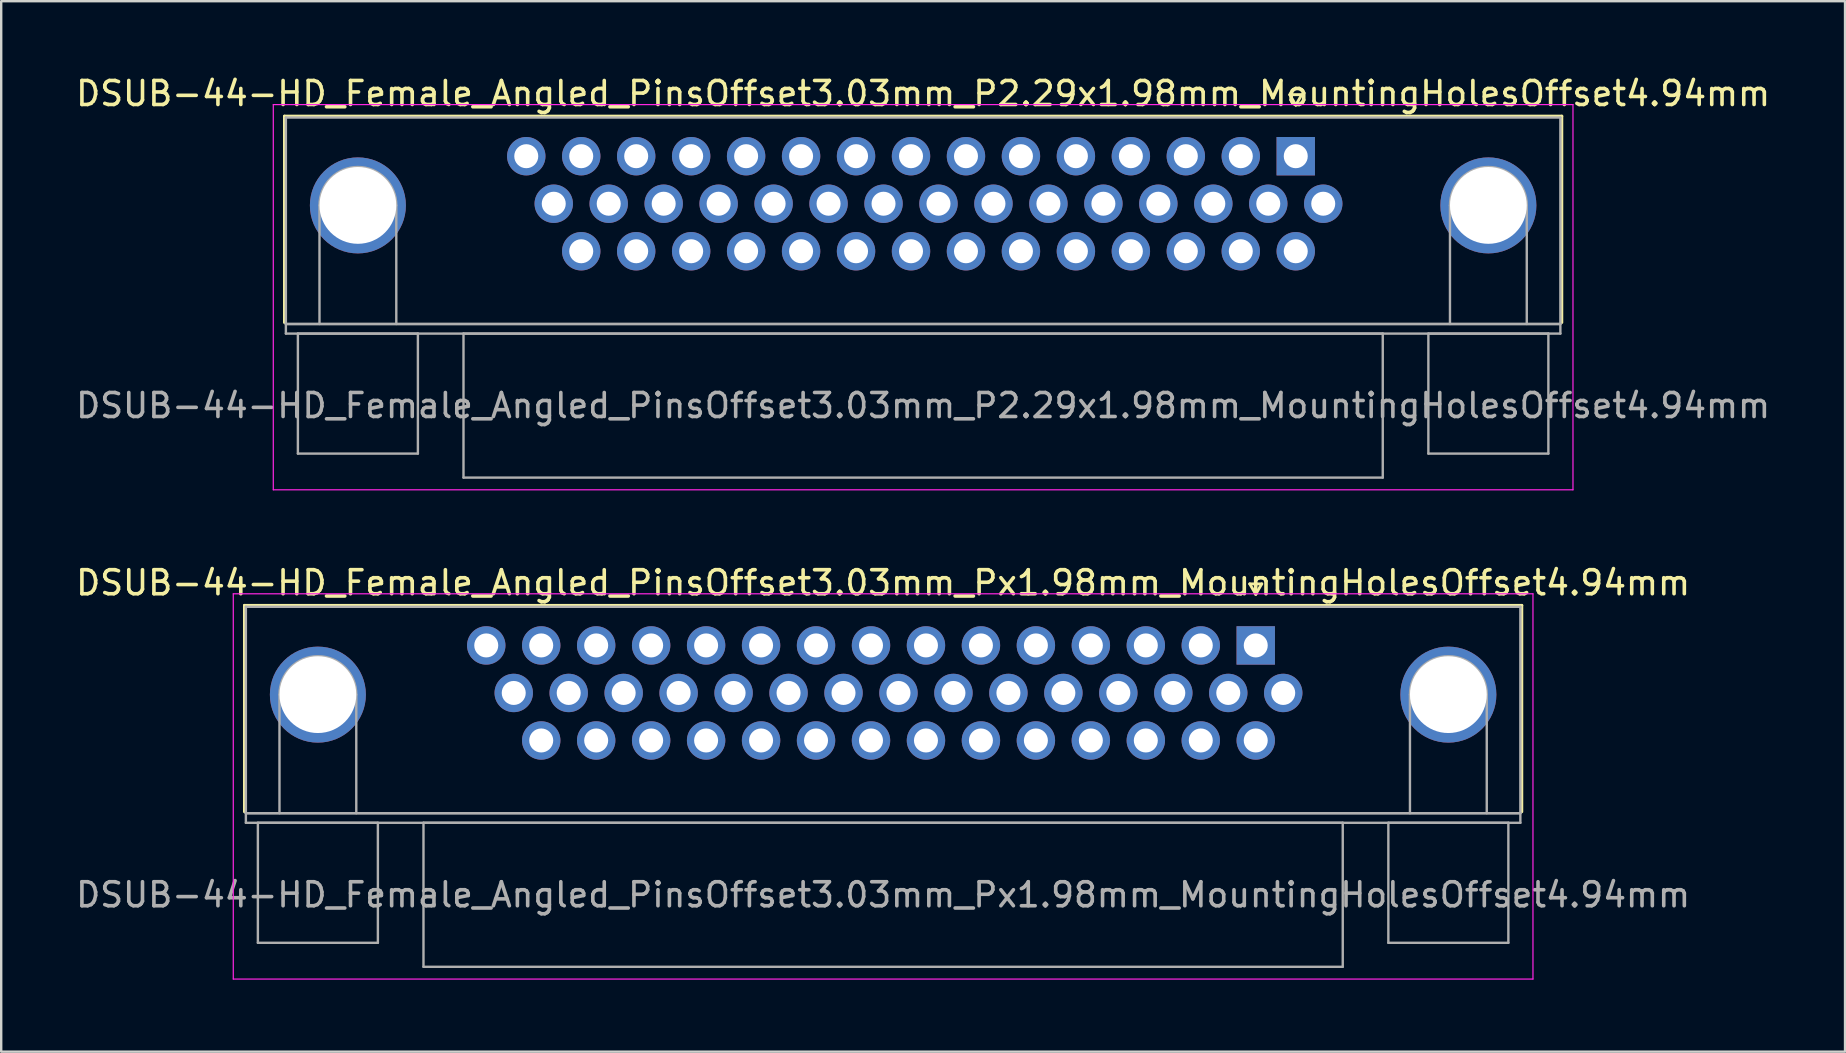
<source format=kicad_pcb>
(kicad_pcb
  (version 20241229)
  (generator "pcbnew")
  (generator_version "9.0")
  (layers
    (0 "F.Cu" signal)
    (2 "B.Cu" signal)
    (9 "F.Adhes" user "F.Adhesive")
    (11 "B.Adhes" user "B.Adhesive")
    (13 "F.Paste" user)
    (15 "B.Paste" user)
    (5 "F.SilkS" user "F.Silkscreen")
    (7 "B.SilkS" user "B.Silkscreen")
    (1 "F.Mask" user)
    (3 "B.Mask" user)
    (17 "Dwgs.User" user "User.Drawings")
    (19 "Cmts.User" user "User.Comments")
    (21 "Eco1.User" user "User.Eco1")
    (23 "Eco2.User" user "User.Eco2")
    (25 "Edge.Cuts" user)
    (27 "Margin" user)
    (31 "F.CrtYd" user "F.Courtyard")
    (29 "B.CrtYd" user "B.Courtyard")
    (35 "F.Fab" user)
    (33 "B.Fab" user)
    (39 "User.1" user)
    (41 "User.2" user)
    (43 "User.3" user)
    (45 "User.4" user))
  (footprint "DSUB-44-HD_Female_Angled_PinsOffset3.03mm_Px1.98mm_MountingHolesOffset4.94mm"
    (layer "F.Cu")
    (at 49.269 23.841)
    (property "Reference" "DSUB-44-HD_Female_Angled_PinsOffset3.03mm_Px1.98mm_MountingHolesOffset4.94mm" (at -15.525 -2.61 0) (layer "F.SilkS") (effects (font (size 1 1) (thickness 0.15))))
    (attr through_hole)
    (fp_line (start -42.135 -1.67) (end 11.085 -1.67) (stroke (width 0.12) (type solid)) (layer "F.SilkS"))
    (fp_line (start -42.135 6.93) (end -42.135 -1.67) (stroke (width 0.12) (type solid)) (layer "F.SilkS"))
    (fp_line (start -0.25 -2.564) (end 0.25 -2.564) (stroke (width 0.12) (type solid)) (layer "F.SilkS"))
    (fp_line (start 0 -2.131) (end -0.25 -2.564) (stroke (width 0.12) (type solid)) (layer "F.SilkS"))
    (fp_line (start 0.25 -2.564) (end 0 -2.131) (stroke (width 0.12) (type solid)) (layer "F.SilkS"))
    (fp_line (start 11.085 -1.67) (end 11.085 6.93) (stroke (width 0.12) (type solid)) (layer "F.SilkS"))
    (fp_line (start -42.6 -2.15) (end -42.6 13.9) (stroke (width 0.05) (type solid)) (layer "F.CrtYd"))
    (fp_line (start -42.6 13.9) (end 11.55 13.9) (stroke (width 0.05) (type solid)) (layer "F.CrtYd"))
    (fp_line (start 11.55 -2.15) (end -42.6 -2.15) (stroke (width 0.05) (type solid)) (layer "F.CrtYd"))
    (fp_line (start 11.55 13.9) (end 11.55 -2.15) (stroke (width 0.05) (type solid)) (layer "F.CrtYd"))
    (fp_line (start -42.075 -1.61) (end -42.075 6.99) (stroke (width 0.1) (type solid)) (layer "F.Fab"))
    (fp_line (start -42.075 6.99) (end -42.075 7.39) (stroke (width 0.1) (type solid)) (layer "F.Fab"))
    (fp_line (start -42.075 6.99) (end 11.025 6.99) (stroke (width 0.1) (type solid)) (layer "F.Fab"))
    (fp_line (start -42.075 7.39) (end 11.025 7.39) (stroke (width 0.1) (type solid)) (layer "F.Fab"))
    (fp_line (start -41.575 7.39) (end -41.575 12.39) (stroke (width 0.1) (type solid)) (layer "F.Fab"))
    (fp_line (start -41.575 12.39) (end -36.575 12.39) (stroke (width 0.1) (type solid)) (layer "F.Fab"))
    (fp_line (start -40.675 6.99) (end -40.675 2.05) (stroke (width 0.1) (type solid)) (layer "F.Fab"))
    (fp_line (start -37.475 6.99) (end -37.475 2.05) (stroke (width 0.1) (type solid)) (layer "F.Fab"))
    (fp_line (start -36.575 7.39) (end -41.575 7.39) (stroke (width 0.1) (type solid)) (layer "F.Fab"))
    (fp_line (start -36.575 12.39) (end -36.575 7.39) (stroke (width 0.1) (type solid)) (layer "F.Fab"))
    (fp_line (start -34.675 7.39) (end -34.675 13.39) (stroke (width 0.1) (type solid)) (layer "F.Fab"))
    (fp_line (start -34.675 13.39) (end 3.625 13.39) (stroke (width 0.1) (type solid)) (layer "F.Fab"))
    (fp_line (start 3.625 7.39) (end -34.675 7.39) (stroke (width 0.1) (type solid)) (layer "F.Fab"))
    (fp_line (start 3.625 13.39) (end 3.625 7.39) (stroke (width 0.1) (type solid)) (layer "F.Fab"))
    (fp_line (start 5.525 7.39) (end 5.525 12.39) (stroke (width 0.1) (type solid)) (layer "F.Fab"))
    (fp_line (start 5.525 12.39) (end 10.525 12.39) (stroke (width 0.1) (type solid)) (layer "F.Fab"))
    (fp_line (start 6.425 6.99) (end 6.425 2.05) (stroke (width 0.1) (type solid)) (layer "F.Fab"))
    (fp_line (start 9.625 6.99) (end 9.625 2.05) (stroke (width 0.1) (type solid)) (layer "F.Fab"))
    (fp_line (start 10.525 7.39) (end 5.525 7.39) (stroke (width 0.1) (type solid)) (layer "F.Fab"))
    (fp_line (start 10.525 12.39) (end 10.525 7.39) (stroke (width 0.1) (type solid)) (layer "F.Fab"))
    (fp_line (start 11.025 -1.61) (end -42.075 -1.61) (stroke (width 0.1) (type solid)) (layer "F.Fab"))
    (fp_line (start 11.025 6.99) (end -42.075 6.99) (stroke (width 0.1) (type solid)) (layer "F.Fab"))
    (fp_line (start 11.025 6.99) (end 11.025 -1.61) (stroke (width 0.1) (type solid)) (layer "F.Fab"))
    (fp_line (start 11.025 7.39) (end 11.025 6.99) (stroke (width 0.1) (type solid)) (layer "F.Fab"))
    (fp_arc (start -40.675 2.05) (mid -39.075 0.45) (end -37.475 2.05) (stroke (width 0.1) (type solid)) (layer "F.Fab"))
    (fp_arc (start 6.425 2.05) (mid 8.025 0.45) (end 9.625 2.05) (stroke (width 0.1) (type solid)) (layer "F.Fab"))
    (fp_text user "${REFERENCE}" (at -15.525 10.39 0) (layer "F.Fab") (effects (font (size 1 1) (thickness 0.15))))
    (pad "0" thru_hole circle (at -39.075 2.05) (size 4 4) (drill 3.2) (layers "*.Cu" "*.Mask"))
    (pad "0" thru_hole circle (at 8.025 2.05) (size 4 4) (drill 3.2) (layers "*.Cu" "*.Mask"))
    (pad "1" thru_hole rect (at 0 0) (size 1.6 1.6) (drill 1) (layers "*.Cu" "*.Mask"))
    (pad "2" thru_hole circle (at -2.29 0) (size 1.6 1.6) (drill 1) (layers "*.Cu" "*.Mask"))
    (pad "3" thru_hole circle (at -4.58 0) (size 1.6 1.6) (drill 1) (layers "*.Cu" "*.Mask"))
    (pad "4" thru_hole circle (at -6.87 0) (size 1.6 1.6) (drill 1) (layers "*.Cu" "*.Mask"))
    (pad "5" thru_hole circle (at -9.16 0) (size 1.6 1.6) (drill 1) (layers "*.Cu" "*.Mask"))
    (pad "6" thru_hole circle (at -11.45 0) (size 1.6 1.6) (drill 1) (layers "*.Cu" "*.Mask"))
    (pad "7" thru_hole circle (at -13.74 0) (size 1.6 1.6) (drill 1) (layers "*.Cu" "*.Mask"))
    (pad "8" thru_hole circle (at -16.03 0) (size 1.6 1.6) (drill 1) (layers "*.Cu" "*.Mask"))
    (pad "9" thru_hole circle (at -18.32 0) (size 1.6 1.6) (drill 1) (layers "*.Cu" "*.Mask"))
    (pad "10" thru_hole circle (at -20.61 0) (size 1.6 1.6) (drill 1) (layers "*.Cu" "*.Mask"))
    (pad "11" thru_hole circle (at -22.9 0) (size 1.6 1.6) (drill 1) (layers "*.Cu" "*.Mask"))
    (pad "12" thru_hole circle (at -25.19 0) (size 1.6 1.6) (drill 1) (layers "*.Cu" "*.Mask"))
    (pad "13" thru_hole circle (at -27.48 0) (size 1.6 1.6) (drill 1) (layers "*.Cu" "*.Mask"))
    (pad "14" thru_hole circle (at -29.77 0) (size 1.6 1.6) (drill 1) (layers "*.Cu" "*.Mask"))
    (pad "15" thru_hole circle (at -32.06 0) (size 1.6 1.6) (drill 1) (layers "*.Cu" "*.Mask"))
    (pad "16" thru_hole circle (at 1.145 1.98) (size 1.6 1.6) (drill 1) (layers "*.Cu" "*.Mask"))
    (pad "17" thru_hole circle (at -1.145 1.98) (size 1.6 1.6) (drill 1) (layers "*.Cu" "*.Mask"))
    (pad "18" thru_hole circle (at -3.435 1.98) (size 1.6 1.6) (drill 1) (layers "*.Cu" "*.Mask"))
    (pad "19" thru_hole circle (at -5.725 1.98) (size 1.6 1.6) (drill 1) (layers "*.Cu" "*.Mask"))
    (pad "20" thru_hole circle (at -8.015 1.98) (size 1.6 1.6) (drill 1) (layers "*.Cu" "*.Mask"))
    (pad "21" thru_hole circle (at -10.305 1.98) (size 1.6 1.6) (drill 1) (layers "*.Cu" "*.Mask"))
    (pad "22" thru_hole circle (at -12.595 1.98) (size 1.6 1.6) (drill 1) (layers "*.Cu" "*.Mask"))
    (pad "23" thru_hole circle (at -14.885 1.98) (size 1.6 1.6) (drill 1) (layers "*.Cu" "*.Mask"))
    (pad "24" thru_hole circle (at -17.175 1.98) (size 1.6 1.6) (drill 1) (layers "*.Cu" "*.Mask"))
    (pad "25" thru_hole circle (at -19.465 1.98) (size 1.6 1.6) (drill 1) (layers "*.Cu" "*.Mask"))
    (pad "26" thru_hole circle (at -21.755 1.98) (size 1.6 1.6) (drill 1) (layers "*.Cu" "*.Mask"))
    (pad "27" thru_hole circle (at -24.045 1.98) (size 1.6 1.6) (drill 1) (layers "*.Cu" "*.Mask"))
    (pad "28" thru_hole circle (at -26.335 1.98) (size 1.6 1.6) (drill 1) (layers "*.Cu" "*.Mask"))
    (pad "29" thru_hole circle (at -28.625 1.98) (size 1.6 1.6) (drill 1) (layers "*.Cu" "*.Mask"))
    (pad "30" thru_hole circle (at -30.915 1.98) (size 1.6 1.6) (drill 1) (layers "*.Cu" "*.Mask"))
    (pad "31" thru_hole circle (at 0 3.96) (size 1.6 1.6) (drill 1) (layers "*.Cu" "*.Mask"))
    (pad "32" thru_hole circle (at -2.29 3.96) (size 1.6 1.6) (drill 1) (layers "*.Cu" "*.Mask"))
    (pad "33" thru_hole circle (at -4.58 3.96) (size 1.6 1.6) (drill 1) (layers "*.Cu" "*.Mask"))
    (pad "34" thru_hole circle (at -6.87 3.96) (size 1.6 1.6) (drill 1) (layers "*.Cu" "*.Mask"))
    (pad "35" thru_hole circle (at -9.16 3.96) (size 1.6 1.6) (drill 1) (layers "*.Cu" "*.Mask"))
    (pad "36" thru_hole circle (at -11.45 3.96) (size 1.6 1.6) (drill 1) (layers "*.Cu" "*.Mask"))
    (pad "37" thru_hole circle (at -13.74 3.96) (size 1.6 1.6) (drill 1) (layers "*.Cu" "*.Mask"))
    (pad "38" thru_hole circle (at -16.03 3.96) (size 1.6 1.6) (drill 1) (layers "*.Cu" "*.Mask"))
    (pad "39" thru_hole circle (at -18.32 3.96) (size 1.6 1.6) (drill 1) (layers "*.Cu" "*.Mask"))
    (pad "40" thru_hole circle (at -20.61 3.96) (size 1.6 1.6) (drill 1) (layers "*.Cu" "*.Mask"))
    (pad "41" thru_hole circle (at -22.9 3.96) (size 1.6 1.6) (drill 1) (layers "*.Cu" "*.Mask"))
    (pad "42" thru_hole circle (at -25.19 3.96) (size 1.6 1.6) (drill 1) (layers "*.Cu" "*.Mask"))
    (pad "43" thru_hole circle (at -27.48 3.96) (size 1.6 1.6) (drill 1) (layers "*.Cu" "*.Mask"))
    (pad "44" thru_hole circle (at -29.77 3.96) (size 1.6 1.6) (drill 1) (layers "*.Cu" "*.Mask")))
  (footprint "DSUB-44-HD_Female_Angled_PinsOffset3.03mm_P2.29x1.98mm_MountingHolesOffset4.94mm"
    (layer "F.Cu")
    (at 50.936 3.458)
    (property "Reference" "DSUB-44-HD_Female_Angled_PinsOffset3.03mm_P2.29x1.98mm_MountingHolesOffset4.94mm" (at -15.525 -2.61 0) (layer "F.SilkS") (effects (font (size 1 1) (thickness 0.15))))
    (attr through_hole)
    (fp_line (start -42.135 -1.67) (end 11.085 -1.67) (stroke (width 0.12) (type solid)) (layer "F.SilkS"))
    (fp_line (start -42.135 6.93) (end -42.135 -1.67) (stroke (width 0.12) (type solid)) (layer "F.SilkS"))
    (fp_line (start -0.25 -2.564) (end 0.25 -2.564) (stroke (width 0.12) (type solid)) (layer "F.SilkS"))
    (fp_line (start 0 -2.131) (end -0.25 -2.564) (stroke (width 0.12) (type solid)) (layer "F.SilkS"))
    (fp_line (start 0.25 -2.564) (end 0 -2.131) (stroke (width 0.12) (type solid)) (layer "F.SilkS"))
    (fp_line (start 11.085 -1.67) (end 11.085 6.93) (stroke (width 0.12) (type solid)) (layer "F.SilkS"))
    (fp_line (start -42.6 -2.15) (end -42.6 13.9) (stroke (width 0.05) (type solid)) (layer "F.CrtYd"))
    (fp_line (start -42.6 13.9) (end 11.55 13.9) (stroke (width 0.05) (type solid)) (layer "F.CrtYd"))
    (fp_line (start 11.55 -2.15) (end -42.6 -2.15) (stroke (width 0.05) (type solid)) (layer "F.CrtYd"))
    (fp_line (start 11.55 13.9) (end 11.55 -2.15) (stroke (width 0.05) (type solid)) (layer "F.CrtYd"))
    (fp_line (start -42.075 -1.61) (end -42.075 6.99) (stroke (width 0.1) (type solid)) (layer "F.Fab"))
    (fp_line (start -42.075 6.99) (end -42.075 7.39) (stroke (width 0.1) (type solid)) (layer "F.Fab"))
    (fp_line (start -42.075 6.99) (end 11.025 6.99) (stroke (width 0.1) (type solid)) (layer "F.Fab"))
    (fp_line (start -42.075 7.39) (end 11.025 7.39) (stroke (width 0.1) (type solid)) (layer "F.Fab"))
    (fp_line (start -41.575 7.39) (end -41.575 12.39) (stroke (width 0.1) (type solid)) (layer "F.Fab"))
    (fp_line (start -41.575 12.39) (end -36.575 12.39) (stroke (width 0.1) (type solid)) (layer "F.Fab"))
    (fp_line (start -40.675 6.99) (end -40.675 2.05) (stroke (width 0.1) (type solid)) (layer "F.Fab"))
    (fp_line (start -37.475 6.99) (end -37.475 2.05) (stroke (width 0.1) (type solid)) (layer "F.Fab"))
    (fp_line (start -36.575 7.39) (end -41.575 7.39) (stroke (width 0.1) (type solid)) (layer "F.Fab"))
    (fp_line (start -36.575 12.39) (end -36.575 7.39) (stroke (width 0.1) (type solid)) (layer "F.Fab"))
    (fp_line (start -34.675 7.39) (end -34.675 13.39) (stroke (width 0.1) (type solid)) (layer "F.Fab"))
    (fp_line (start -34.675 13.39) (end 3.625 13.39) (stroke (width 0.1) (type solid)) (layer "F.Fab"))
    (fp_line (start 3.625 7.39) (end -34.675 7.39) (stroke (width 0.1) (type solid)) (layer "F.Fab"))
    (fp_line (start 3.625 13.39) (end 3.625 7.39) (stroke (width 0.1) (type solid)) (layer "F.Fab"))
    (fp_line (start 5.525 7.39) (end 5.525 12.39) (stroke (width 0.1) (type solid)) (layer "F.Fab"))
    (fp_line (start 5.525 12.39) (end 10.525 12.39) (stroke (width 0.1) (type solid)) (layer "F.Fab"))
    (fp_line (start 6.425 6.99) (end 6.425 2.05) (stroke (width 0.1) (type solid)) (layer "F.Fab"))
    (fp_line (start 9.625 6.99) (end 9.625 2.05) (stroke (width 0.1) (type solid)) (layer "F.Fab"))
    (fp_line (start 10.525 7.39) (end 5.525 7.39) (stroke (width 0.1) (type solid)) (layer "F.Fab"))
    (fp_line (start 10.525 12.39) (end 10.525 7.39) (stroke (width 0.1) (type solid)) (layer "F.Fab"))
    (fp_line (start 11.025 -1.61) (end -42.075 -1.61) (stroke (width 0.1) (type solid)) (layer "F.Fab"))
    (fp_line (start 11.025 6.99) (end -42.075 6.99) (stroke (width 0.1) (type solid)) (layer "F.Fab"))
    (fp_line (start 11.025 6.99) (end 11.025 -1.61) (stroke (width 0.1) (type solid)) (layer "F.Fab"))
    (fp_line (start 11.025 7.39) (end 11.025 6.99) (stroke (width 0.1) (type solid)) (layer "F.Fab"))
    (fp_arc (start -40.675 2.05) (mid -39.075 0.45) (end -37.475 2.05) (stroke (width 0.1) (type solid)) (layer "F.Fab"))
    (fp_arc (start 6.425 2.05) (mid 8.025 0.45) (end 9.625 2.05) (stroke (width 0.1) (type solid)) (layer "F.Fab"))
    (fp_text user "${REFERENCE}" (at -15.525 10.39 0) (layer "F.Fab") (effects (font (size 1 1) (thickness 0.15))))
    (pad "0" thru_hole circle (at -39.075 2.05) (size 4 4) (drill 3.2) (layers "*.Cu" "*.Mask"))
    (pad "0" thru_hole circle (at 8.025 2.05) (size 4 4) (drill 3.2) (layers "*.Cu" "*.Mask"))
    (pad "1" thru_hole rect (at 0 0) (size 1.6 1.6) (drill 1) (layers "*.Cu" "*.Mask"))
    (pad "2" thru_hole circle (at -2.29 0) (size 1.6 1.6) (drill 1) (layers "*.Cu" "*.Mask"))
    (pad "3" thru_hole circle (at -4.58 0) (size 1.6 1.6) (drill 1) (layers "*.Cu" "*.Mask"))
    (pad "4" thru_hole circle (at -6.87 0) (size 1.6 1.6) (drill 1) (layers "*.Cu" "*.Mask"))
    (pad "5" thru_hole circle (at -9.16 0) (size 1.6 1.6) (drill 1) (layers "*.Cu" "*.Mask"))
    (pad "6" thru_hole circle (at -11.45 0) (size 1.6 1.6) (drill 1) (layers "*.Cu" "*.Mask"))
    (pad "7" thru_hole circle (at -13.74 0) (size 1.6 1.6) (drill 1) (layers "*.Cu" "*.Mask"))
    (pad "8" thru_hole circle (at -16.03 0) (size 1.6 1.6) (drill 1) (layers "*.Cu" "*.Mask"))
    (pad "9" thru_hole circle (at -18.32 0) (size 1.6 1.6) (drill 1) (layers "*.Cu" "*.Mask"))
    (pad "10" thru_hole circle (at -20.61 0) (size 1.6 1.6) (drill 1) (layers "*.Cu" "*.Mask"))
    (pad "11" thru_hole circle (at -22.9 0) (size 1.6 1.6) (drill 1) (layers "*.Cu" "*.Mask"))
    (pad "12" thru_hole circle (at -25.19 0) (size 1.6 1.6) (drill 1) (layers "*.Cu" "*.Mask"))
    (pad "13" thru_hole circle (at -27.48 0) (size 1.6 1.6) (drill 1) (layers "*.Cu" "*.Mask"))
    (pad "14" thru_hole circle (at -29.77 0) (size 1.6 1.6) (drill 1) (layers "*.Cu" "*.Mask"))
    (pad "15" thru_hole circle (at -32.06 0) (size 1.6 1.6) (drill 1) (layers "*.Cu" "*.Mask"))
    (pad "16" thru_hole circle (at 1.145 1.98) (size 1.6 1.6) (drill 1) (layers "*.Cu" "*.Mask"))
    (pad "17" thru_hole circle (at -1.145 1.98) (size 1.6 1.6) (drill 1) (layers "*.Cu" "*.Mask"))
    (pad "18" thru_hole circle (at -3.435 1.98) (size 1.6 1.6) (drill 1) (layers "*.Cu" "*.Mask"))
    (pad "19" thru_hole circle (at -5.725 1.98) (size 1.6 1.6) (drill 1) (layers "*.Cu" "*.Mask"))
    (pad "20" thru_hole circle (at -8.015 1.98) (size 1.6 1.6) (drill 1) (layers "*.Cu" "*.Mask"))
    (pad "21" thru_hole circle (at -10.305 1.98) (size 1.6 1.6) (drill 1) (layers "*.Cu" "*.Mask"))
    (pad "22" thru_hole circle (at -12.595 1.98) (size 1.6 1.6) (drill 1) (layers "*.Cu" "*.Mask"))
    (pad "23" thru_hole circle (at -14.885 1.98) (size 1.6 1.6) (drill 1) (layers "*.Cu" "*.Mask"))
    (pad "24" thru_hole circle (at -17.175 1.98) (size 1.6 1.6) (drill 1) (layers "*.Cu" "*.Mask"))
    (pad "25" thru_hole circle (at -19.465 1.98) (size 1.6 1.6) (drill 1) (layers "*.Cu" "*.Mask"))
    (pad "26" thru_hole circle (at -21.755 1.98) (size 1.6 1.6) (drill 1) (layers "*.Cu" "*.Mask"))
    (pad "27" thru_hole circle (at -24.045 1.98) (size 1.6 1.6) (drill 1) (layers "*.Cu" "*.Mask"))
    (pad "28" thru_hole circle (at -26.335 1.98) (size 1.6 1.6) (drill 1) (layers "*.Cu" "*.Mask"))
    (pad "29" thru_hole circle (at -28.625 1.98) (size 1.6 1.6) (drill 1) (layers "*.Cu" "*.Mask"))
    (pad "30" thru_hole circle (at -30.915 1.98) (size 1.6 1.6) (drill 1) (layers "*.Cu" "*.Mask"))
    (pad "31" thru_hole circle (at 0 3.96) (size 1.6 1.6) (drill 1) (layers "*.Cu" "*.Mask"))
    (pad "32" thru_hole circle (at -2.29 3.96) (size 1.6 1.6) (drill 1) (layers "*.Cu" "*.Mask"))
    (pad "33" thru_hole circle (at -4.58 3.96) (size 1.6 1.6) (drill 1) (layers "*.Cu" "*.Mask"))
    (pad "34" thru_hole circle (at -6.87 3.96) (size 1.6 1.6) (drill 1) (layers "*.Cu" "*.Mask"))
    (pad "35" thru_hole circle (at -9.16 3.96) (size 1.6 1.6) (drill 1) (layers "*.Cu" "*.Mask"))
    (pad "36" thru_hole circle (at -11.45 3.96) (size 1.6 1.6) (drill 1) (layers "*.Cu" "*.Mask"))
    (pad "37" thru_hole circle (at -13.74 3.96) (size 1.6 1.6) (drill 1) (layers "*.Cu" "*.Mask"))
    (pad "38" thru_hole circle (at -16.03 3.96) (size 1.6 1.6) (drill 1) (layers "*.Cu" "*.Mask"))
    (pad "39" thru_hole circle (at -18.32 3.96) (size 1.6 1.6) (drill 1) (layers "*.Cu" "*.Mask"))
    (pad "40" thru_hole circle (at -20.61 3.96) (size 1.6 1.6) (drill 1) (layers "*.Cu" "*.Mask"))
    (pad "41" thru_hole circle (at -22.9 3.96) (size 1.6 1.6) (drill 1) (layers "*.Cu" "*.Mask"))
    (pad "42" thru_hole circle (at -25.19 3.96) (size 1.6 1.6) (drill 1) (layers "*.Cu" "*.Mask"))
    (pad "43" thru_hole circle (at -27.48 3.96) (size 1.6 1.6) (drill 1) (layers "*.Cu" "*.Mask"))
    (pad "44" thru_hole circle (at -29.77 3.96) (size 1.6 1.6) (drill 1) (layers "*.Cu" "*.Mask")))
  (gr_rect
    (start -3 -3)
    (end 73.821 40.767)
    (stroke (width 0.1) (type default))
    (fill no)
    (layer "Edge.Cuts")))
</source>
